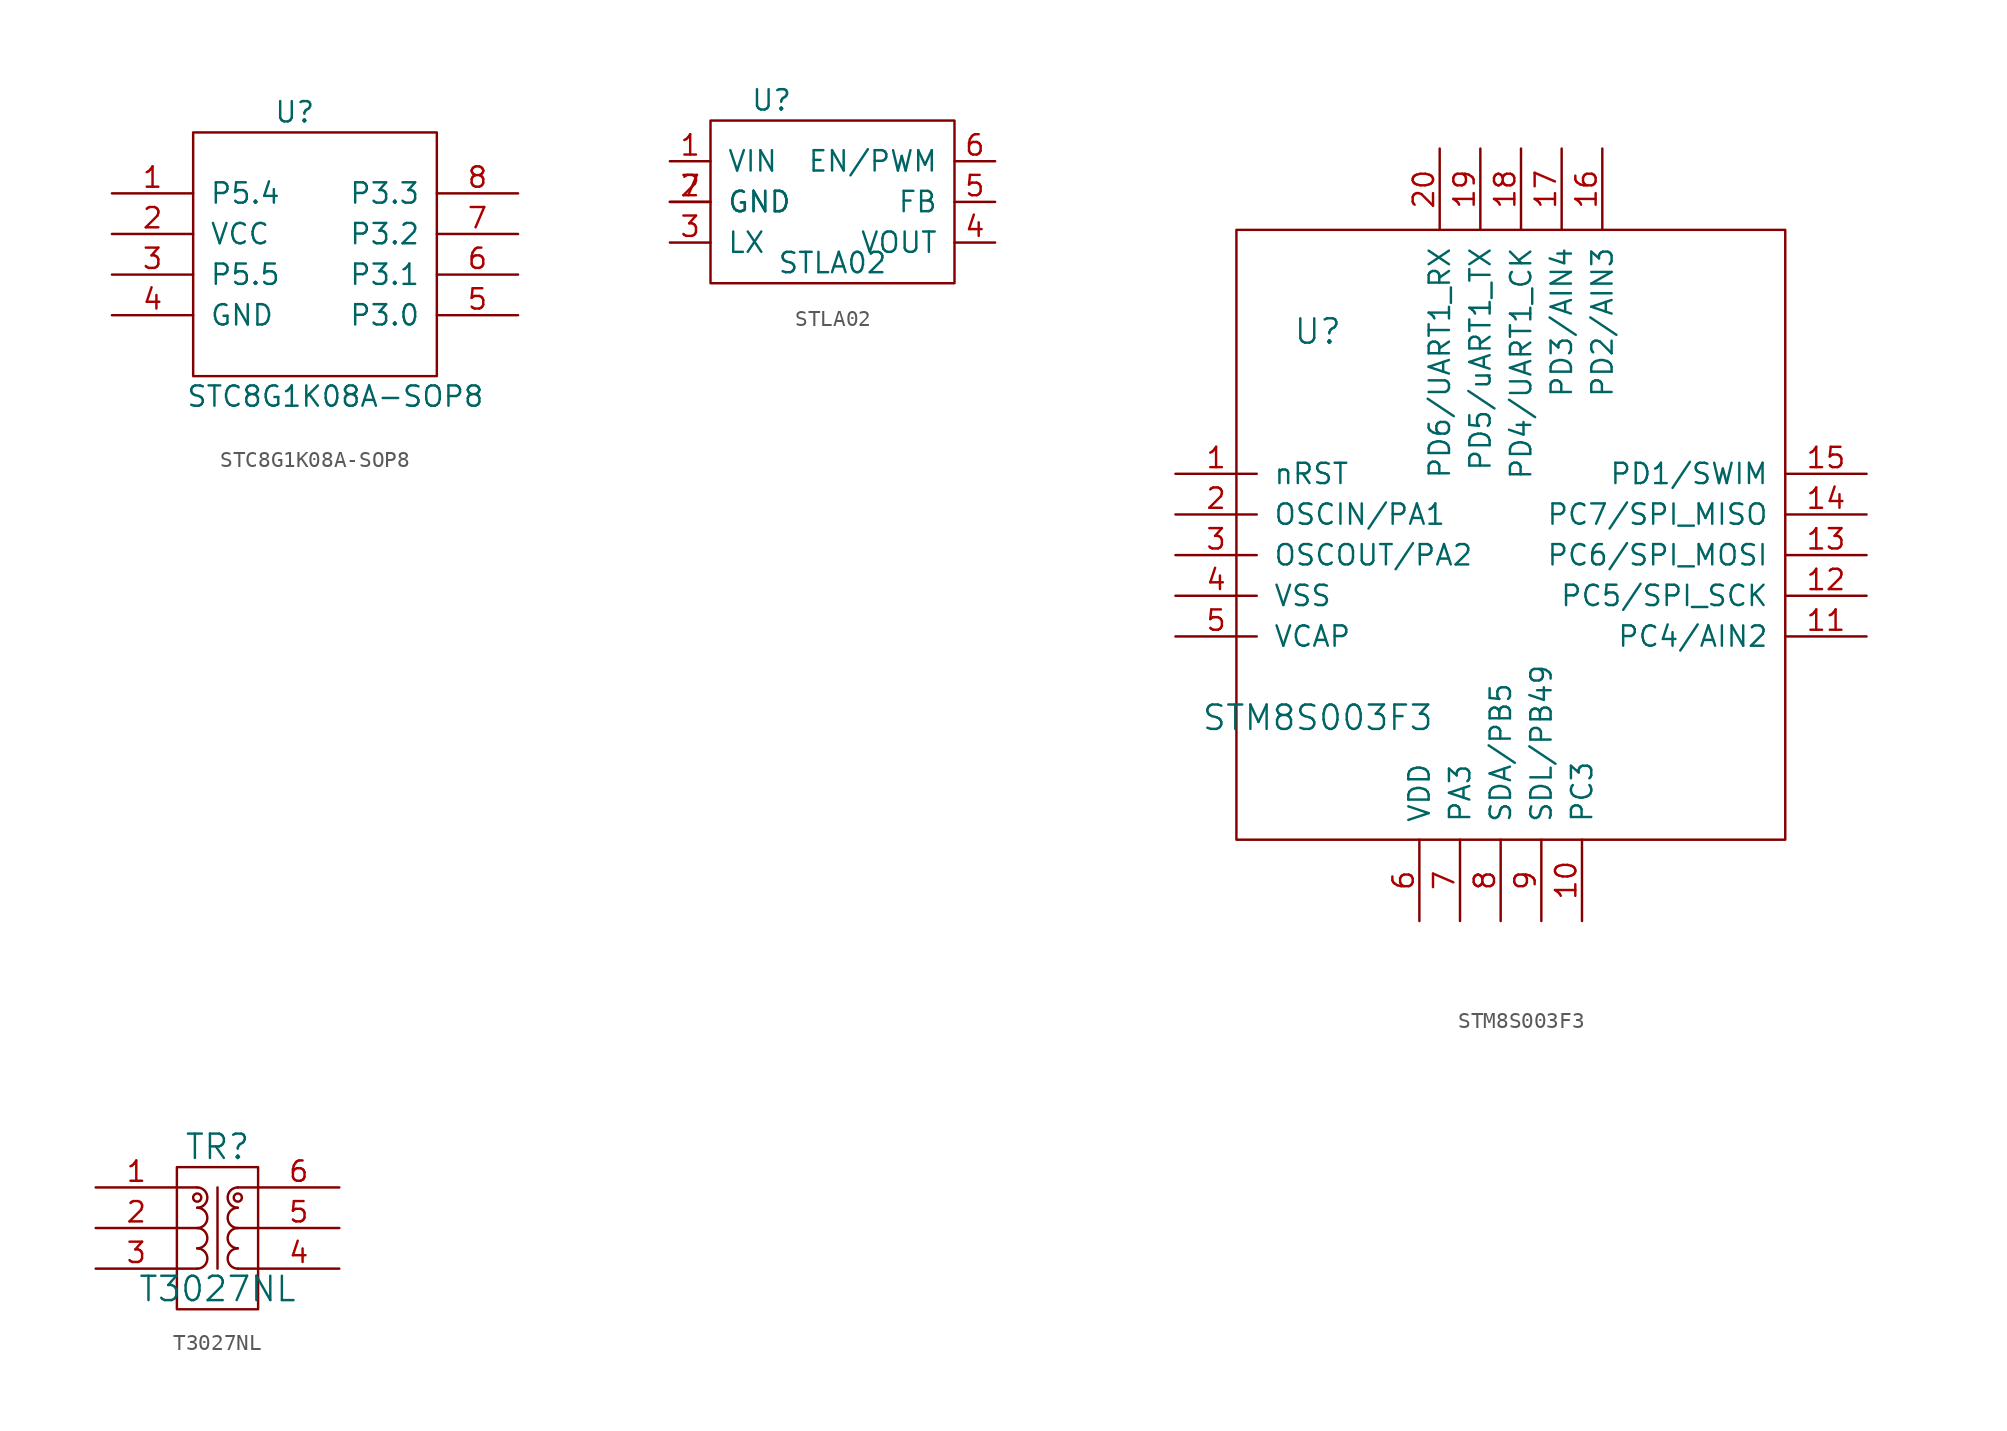
<source format=kicad_sym>
(kicad_symbol_lib
  (version 20220914)
  (generator kicad_symbol_editor)
  (symbol "STC8G1K08A-SOP8"
    (pin_names
      (offset 1.016))
    (property "Reference" "U"
      (at -1.27 8.89 0)
      (effects (font (size 1.27 1.27))))
    (property "Value" "STC8G1K08A-SOP8"
      (at 1.27 -8.89 0)
      (effects (font (size 1.27 1.27))))
    (symbol "STC8G1K08A-SOP8_0_1"
      (rectangle (start -7.62 7.62) (end 7.62 -7.62) (stroke (width 0) (type default)) (fill (type none))))
    (symbol "STC8G1K08A-SOP8_1_1"
      (pin input line (at -12.7 3.81 0) (length 5.08) (name "P5.4" (effects (font (size 1.27 1.27)))) (number "1" (effects (font (size 1.27 1.27)))))
      (pin input line (at -12.7 1.27 0) (length 5.08) (name "VCC" (effects (font (size 1.27 1.27)))) (number "2" (effects (font (size 1.27 1.27)))))
      (pin input line (at -12.7 -1.27 0) (length 5.08) (name "P5.5" (effects (font (size 1.27 1.27)))) (number "3" (effects (font (size 1.27 1.27)))))
      (pin input line (at -12.7 -3.81 0) (length 5.08) (name "GND" (effects (font (size 1.27 1.27)))) (number "4" (effects (font (size 1.27 1.27)))))
      (pin input line (at 12.7 -3.81 180) (length 5.08) (name "P3.0" (effects (font (size 1.27 1.27)))) (number "5" (effects (font (size 1.27 1.27)))))
      (pin input line (at 12.7 -1.27 180) (length 5.08) (name "P3.1" (effects (font (size 1.27 1.27)))) (number "6" (effects (font (size 1.27 1.27)))))
      (pin input line (at 12.7 1.27 180) (length 5.08) (name "P3.2" (effects (font (size 1.27 1.27)))) (number "7" (effects (font (size 1.27 1.27)))))
      (pin input line (at 12.7 3.81 180) (length 5.08) (name "P3.3" (effects (font (size 1.27 1.27)))) (number "8" (effects (font (size 1.27 1.27)))))))
  (symbol "STLA02"
    (pin_names
      (offset 1.016))
    (property "Reference" "U"
      (at -3.81 6.35 0)
      (effects (font (size 1.27 1.27))))
    (property "Value" "STLA02"
      (at 0 -3.81 0)
      (effects (font (size 1.27 1.27))))
    (symbol "STLA02_0_1"
      (rectangle (start -7.62 5.08) (end 7.62 -5.08) (stroke (width 0) (type default)) (fill (type none))))
    (symbol "STLA02_1_1"
      (pin power_in line (at -10.16 2.54 0) (length 2.54) (name "VIN" (effects (font (size 1.27 1.27)))) (number "1" (effects (font (size 1.27 1.27)))))
      (pin power_in line (at -10.16 0 0) (length 2.54) (name "GND" (effects (font (size 1.27 1.27)))) (number "2" (effects (font (size 1.27 1.27)))))
      (pin input line (at -10.16 -2.54 0) (length 2.54) (name "LX" (effects (font (size 1.27 1.27)))) (number "3" (effects (font (size 1.27 1.27)))))
      (pin input line (at 10.16 -2.54 180) (length 2.54) (name "VOUT" (effects (font (size 1.27 1.27)))) (number "4" (effects (font (size 1.27 1.27)))))
      (pin input line (at 10.16 0 180) (length 2.54) (name "FB" (effects (font (size 1.27 1.27)))) (number "5" (effects (font (size 1.27 1.27)))))
      (pin input line (at 10.16 2.54 180) (length 2.54) (name "EN/PWM" (effects (font (size 1.27 1.27)))) (number "6" (effects (font (size 1.27 1.27)))))
      (pin power_in line (at -10.16 0 0) (length 2.54) (name "GND" (effects (font (size 1.27 1.27)))) (number "7" (effects (font (size 1.27 1.27)))))))
  (symbol "STM8S003F3"
    (pin_names
      (offset 1.016))
    (property "Reference" "U"
      (at -2.54 10.16 0)
      (effects (font (size 1.524 1.524))))
    (property "Value" "STM8S003F3"
      (at -2.54 -13.97 0)
      (effects (font (size 1.524 1.524))))
    (property "Footprint" ""
      (at 0 0 0)
      (effects (font (size 1.524 1.524))))
    (property "Datasheet" ""
      (at 0 0 0)
      (effects (font (size 1.524 1.524))))
    (symbol "STM8S003F3_0_1"
      (rectangle (start -7.62 16.51) (end 26.67 -21.59) (stroke (width 0) (type default)) (fill (type none))))
    (symbol "STM8S003F3_1_1"
      (pin input line (at -11.43 1.27 0) (length 5.08) (name "nRST" (effects (font (size 1.27 1.27)))) (number "1" (effects (font (size 1.27 1.27)))))
      (pin input line (at 13.97 -26.67 90) (length 5.08) (name "PC3" (effects (font (size 1.27 1.27)))) (number "10" (effects (font (size 1.27 1.27)))))
      (pin input line (at 31.75 -8.89 180) (length 5.08) (name "PC4/AIN2" (effects (font (size 1.27 1.27)))) (number "11" (effects (font (size 1.27 1.27)))))
      (pin input line (at 31.75 -6.35 180) (length 5.08) (name "PC5/SPI_SCK" (effects (font (size 1.27 1.27)))) (number "12" (effects (font (size 1.27 1.27)))))
      (pin input line (at 31.75 -3.81 180) (length 5.08) (name "PC6/SPI_MOSI" (effects (font (size 1.27 1.27)))) (number "13" (effects (font (size 1.27 1.27)))))
      (pin input line (at 31.75 -1.27 180) (length 5.08) (name "PC7/SPI_MISO" (effects (font (size 1.27 1.27)))) (number "14" (effects (font (size 1.27 1.27)))))
      (pin input line (at 31.75 1.27 180) (length 5.08) (name "PD1/SWIM" (effects (font (size 1.27 1.27)))) (number "15" (effects (font (size 1.27 1.27)))))
      (pin input line (at 15.24 21.59 270) (length 5.08) (name "PD2/AIN3" (effects (font (size 1.27 1.27)))) (number "16" (effects (font (size 1.27 1.27)))))
      (pin input line (at 12.7 21.59 270) (length 5.08) (name "PD3/AIN4" (effects (font (size 1.27 1.27)))) (number "17" (effects (font (size 1.27 1.27)))))
      (pin input line (at 10.16 21.59 270) (length 5.08) (name "PD4/UART1_CK" (effects (font (size 1.27 1.27)))) (number "18" (effects (font (size 1.27 1.27)))))
      (pin input line (at 7.62 21.59 270) (length 5.08) (name "PD5/uART1_TX" (effects (font (size 1.27 1.27)))) (number "19" (effects (font (size 1.27 1.27)))))
      (pin input line (at -11.43 -1.27 0) (length 5.08) (name "OSCIN/PA1" (effects (font (size 1.27 1.27)))) (number "2" (effects (font (size 1.27 1.27)))))
      (pin input line (at 5.08 21.59 270) (length 5.08) (name "PD6/UART1_RX" (effects (font (size 1.27 1.27)))) (number "20" (effects (font (size 1.27 1.27)))))
      (pin input line (at -11.43 -3.81 0) (length 5.08) (name "OSCOUT/PA2" (effects (font (size 1.27 1.27)))) (number "3" (effects (font (size 1.27 1.27)))))
      (pin input line (at -11.43 -6.35 0) (length 5.08) (name "VSS" (effects (font (size 1.27 1.27)))) (number "4" (effects (font (size 1.27 1.27)))))
      (pin input line (at -11.43 -8.89 0) (length 5.08) (name "VCAP" (effects (font (size 1.27 1.27)))) (number "5" (effects (font (size 1.27 1.27)))))
      (pin input line (at 3.81 -26.67 90) (length 5.08) (name "VDD" (effects (font (size 1.27 1.27)))) (number "6" (effects (font (size 1.27 1.27)))))
      (pin input line (at 6.35 -26.67 90) (length 5.08) (name "PA3" (effects (font (size 1.27 1.27)))) (number "7" (effects (font (size 1.27 1.27)))))
      (pin input line (at 8.89 -26.67 90) (length 5.08) (name "SDA/PB5" (effects (font (size 1.27 1.27)))) (number "8" (effects (font (size 1.27 1.27)))))
      (pin input line (at 11.43 -26.67 90) (length 5.08) (name "SDL/PB49" (effects (font (size 1.27 1.27)))) (number "9" (effects (font (size 1.27 1.27)))))))
  (symbol "T3027NL"
    (pin_names
      (offset 1.016) hide)
    (property "Reference" "TR"
      (at 0 5.08 0)
      (effects (font (size 1.524 1.524))))
    (property "Value" "T3027NL"
      (at 0 -3.81 0)
      (effects (font (size 1.524 1.524))))
    (property "Footprint" ""
      (at 0 1.27 0)
      (effects (font (size 1.524 1.524))))
    (property "Datasheet" ""
      (at 0 1.27 0)
      (effects (font (size 1.524 1.524))))
    (symbol "T3027NL_0_1"
      (rectangle (start -2.54 3.81) (end 2.54 -5.08) (stroke (width 0) (type default)) (fill (type none)))
      (arc (start -1.27 -2.54) (mid -0.6377 -1.905) (end -1.27 -1.27) (stroke (width 0) (type default)) (fill (type none)))
      (arc (start -1.27 -1.27) (mid -0.6377 -0.635) (end -1.27 0) (stroke (width 0) (type default)) (fill (type none)))
      (arc (start -1.27 0) (mid -0.6377 0.635) (end -1.27 1.27) (stroke (width 0) (type default)) (fill (type none)))
      (arc (start -1.27 1.27) (mid -0.6377 1.905) (end -1.27 2.54) (stroke (width 0) (type default)) (fill (type none)))
      (circle (center -1.27 1.905) (radius 0.254) (stroke (width 0) (type default)) (fill (type none)))
      (polyline (pts (xy -2.54 -2.54) (xy -1.27 -2.54)) (stroke (width 0) (type default)) (fill (type none)))
      (polyline (pts (xy -2.54 2.54) (xy -1.27 2.54)) (stroke (width 0) (type default)) (fill (type none)))
      (polyline (pts (xy -1.27 0) (xy -2.54 0)) (stroke (width 0) (type default)) (fill (type none)))
      (polyline (pts (xy 0 -2.54) (xy 0 2.54)) (stroke (width 0) (type default)) (fill (type none)))
      (polyline (pts (xy 1.27 -2.54) (xy 2.54 -2.54)) (stroke (width 0) (type default)) (fill (type none)))
      (polyline (pts (xy 1.27 0) (xy 2.54 0)) (stroke (width 0) (type default)) (fill (type none)))
      (polyline (pts (xy 2.54 2.54) (xy 1.27 2.54)) (stroke (width 0) (type default)) (fill (type none)))
      (arc (start 1.27 -1.27) (mid 0.6377 -1.905) (end 1.27 -2.54) (stroke (width 0) (type default)) (fill (type none)))
      (arc (start 1.27 0) (mid 0.6377 -0.635) (end 1.27 -1.27) (stroke (width 0) (type default)) (fill (type none)))
      (arc (start 1.27 1.27) (mid 0.6377 0.635) (end 1.27 0) (stroke (width 0) (type default)) (fill (type none)))
      (circle (center 1.27 1.905) (radius 0.254) (stroke (width 0) (type default)) (fill (type none)))
      (arc (start 1.27 2.54) (mid 0.6377 1.905) (end 1.27 1.27) (stroke (width 0) (type default)) (fill (type none))))
    (symbol "T3027NL_1_1"
      (pin input line (at -7.62 2.54 0) (length 5.08) (name "1" (effects (font (size 1.27 1.27)))) (number "1" (effects (font (size 1.27 1.27)))))
      (pin input line (at -7.62 0 0) (length 5.08) (name "2" (effects (font (size 1.27 1.27)))) (number "2" (effects (font (size 1.27 1.27)))))
      (pin input line (at -7.62 -2.54 0) (length 5.08) (name "3" (effects (font (size 1.27 1.27)))) (number "3" (effects (font (size 1.27 1.27)))))
      (pin input line (at 7.62 -2.54 180) (length 5.08) (name "4" (effects (font (size 1.27 1.27)))) (number "4" (effects (font (size 1.27 1.27)))))
      (pin input line (at 7.62 0 180) (length 5.08) (name "5" (effects (font (size 1.27 1.27)))) (number "5" (effects (font (size 1.27 1.27)))))
      (pin input line (at 7.62 2.54 180) (length 5.08) (name "6" (effects (font (size 1.27 1.27)))) (number "6" (effects (font (size 1.27 1.27))))))))
</source>
